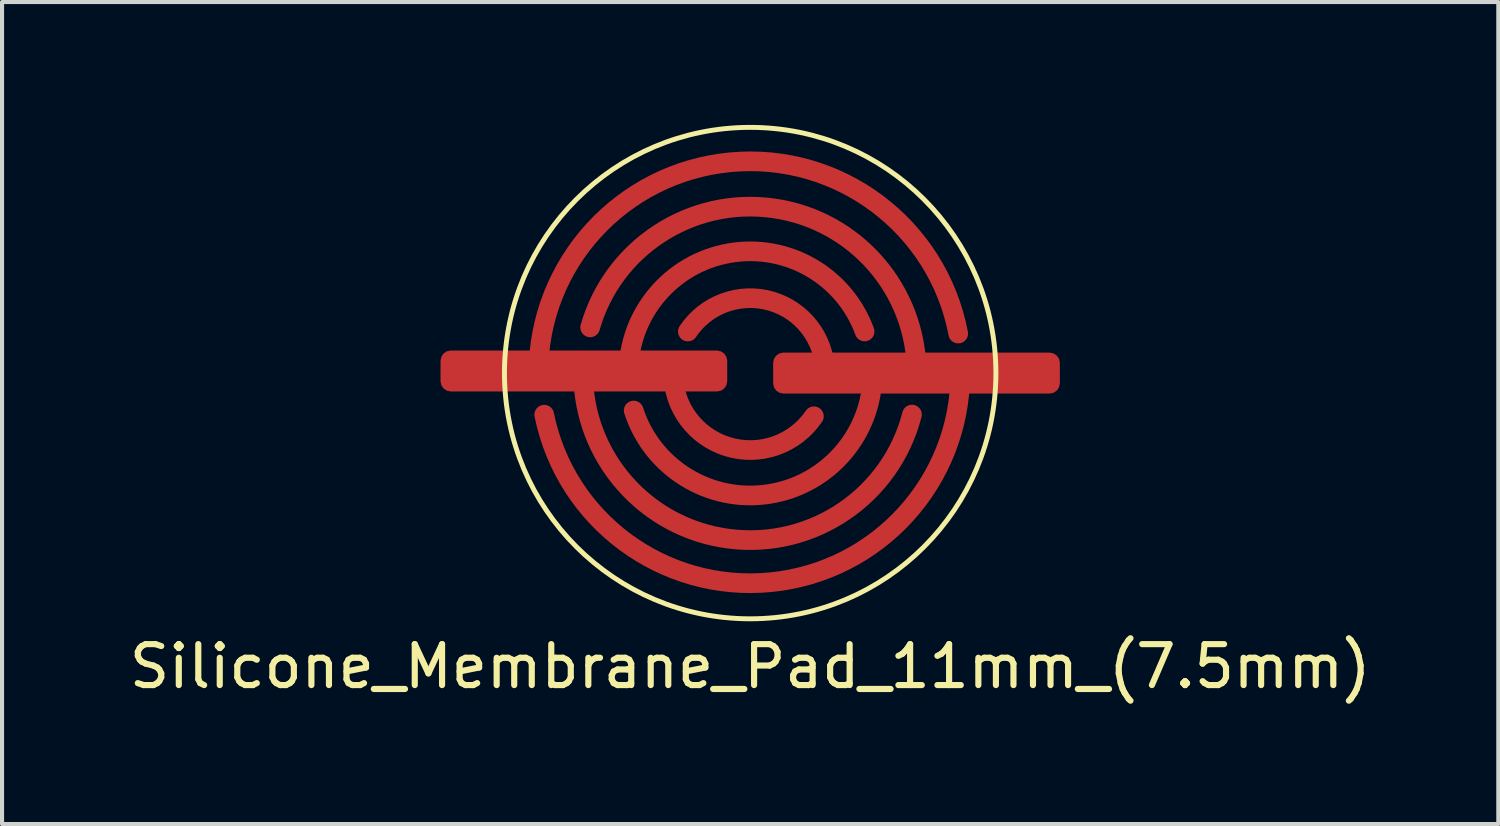
<source format=kicad_pcb>
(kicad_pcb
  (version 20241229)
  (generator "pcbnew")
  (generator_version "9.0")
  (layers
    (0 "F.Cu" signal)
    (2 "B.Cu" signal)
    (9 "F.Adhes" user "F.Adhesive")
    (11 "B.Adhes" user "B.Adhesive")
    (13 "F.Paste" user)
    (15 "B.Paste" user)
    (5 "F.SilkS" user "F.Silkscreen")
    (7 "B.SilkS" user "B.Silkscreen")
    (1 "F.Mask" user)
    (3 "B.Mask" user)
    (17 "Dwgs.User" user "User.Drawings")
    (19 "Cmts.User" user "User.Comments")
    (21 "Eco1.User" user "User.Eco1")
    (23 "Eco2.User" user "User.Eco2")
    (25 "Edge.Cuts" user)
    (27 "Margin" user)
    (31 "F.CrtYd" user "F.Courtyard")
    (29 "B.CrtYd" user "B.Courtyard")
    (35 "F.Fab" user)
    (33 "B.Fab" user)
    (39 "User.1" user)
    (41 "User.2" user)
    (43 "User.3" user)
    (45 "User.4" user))
  (footprint "Silicone_Membrane_Pad_11mm_(7.5mm)"
    (layer "F.Cu")
    (at 15.268 6.06)
    (property "Reference" "Silicone_Membrane_Pad_11mm_(7.5mm)" (at 0 7.163 0) (layer "F.SilkS") (effects (font (size 1 1) (thickness 0.15))))
    (attr through_hole)
    (fp_arc (start -5.17088 -0.003793) (mid -0.482846 -5.148288) (end 5.08 -0.9652) (stroke (width 0.48) (type solid)) (layer "F.Cu"))
    (fp_arc (start -3.907633 -1.116467) (mid 0.563682 -4.024718) (end 4.064 0) (stroke (width 0.48) (type solid)) (layer "F.Cu"))
    (fp_arc (start -2.972991 0.004312) (mid -0.517947 -2.927529) (end 2.794 -1.016) (stroke (width 0.48) (type solid)) (layer "F.Cu"))
    (fp_arc (start -1.522241 -1.014827) (mid 0.505798 -1.758198) (end 1.8288 -0.0508) (stroke (width 0.48) (type solid)) (layer "F.Cu"))
    (fp_arc (start 1.556156 1.05417) (mid -0.551337 1.796921) (end -1.8796 0) (stroke (width 0.48) (type solid)) (layer "F.Cu"))
    (fp_arc (start 2.988145 -0.000985) (mid 0.46327 2.952015) (end -2.8448 0.9144) (stroke (width 0.48) (type solid)) (layer "F.Cu"))
    (fp_arc (start 3.950465 1.01294) (mid -0.509603 4.046298) (end -4.078262 0.001778) (stroke (width 0.48) (type solid)) (layer "F.Cu"))
    (fp_arc (start 5.130795 0.007058) (mid 0.507022 5.105687) (end -5.0292 1.016) (stroke (width 0.48) (type solid)) (layer "F.Cu"))
    (fp_circle (center 0 0) (end 6 0) (stroke (width 0.12) (type solid)) (fill no) (layer "F.SilkS"))
    (pad "" smd circle (at 0 0) (size 12 12) (layers "F.Mask"))
    (pad "1" smd roundrect (at -7.061 -0.051) (size 7 1) (drill (offset 3 0)) (layers "F.Cu") (roundrect_rratio 0.25))
    (pad "2" smd roundrect (at 7.061 0) (size 7 1) (drill (offset -3 0)) (layers "F.Cu") (roundrect_rratio 0.25)))
  (gr_rect
    (start -3 -3)
    (end 33.536 17.071)
    (stroke (width 0.1) (type default))
    (fill no)
    (layer "Edge.Cuts")))
</source>
